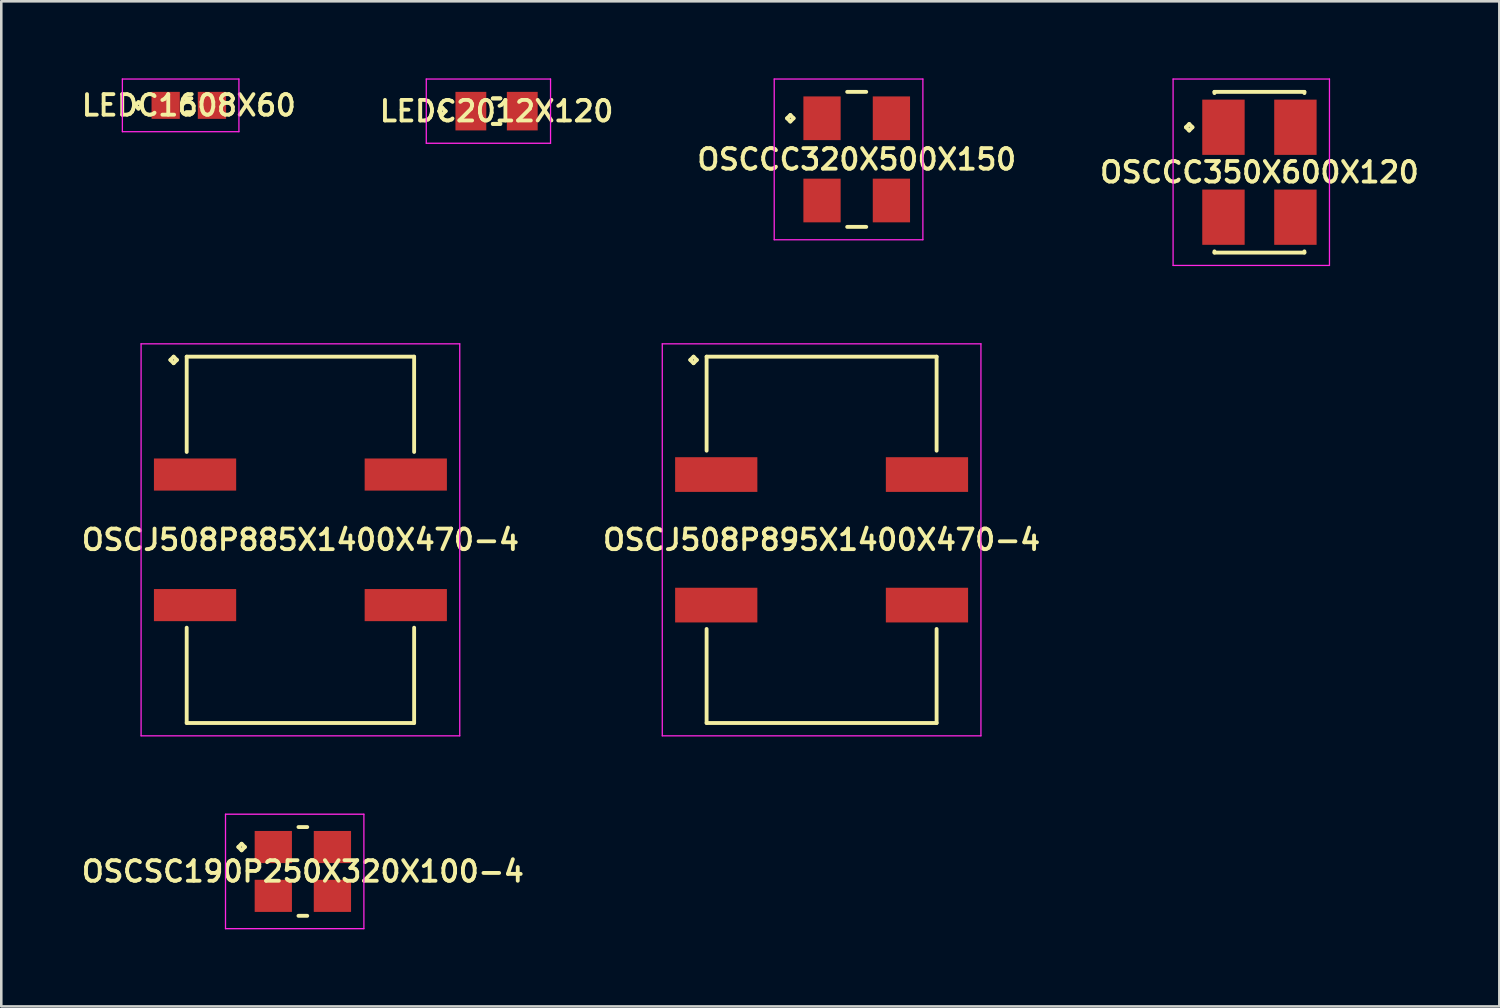
<source format=kicad_pcb>
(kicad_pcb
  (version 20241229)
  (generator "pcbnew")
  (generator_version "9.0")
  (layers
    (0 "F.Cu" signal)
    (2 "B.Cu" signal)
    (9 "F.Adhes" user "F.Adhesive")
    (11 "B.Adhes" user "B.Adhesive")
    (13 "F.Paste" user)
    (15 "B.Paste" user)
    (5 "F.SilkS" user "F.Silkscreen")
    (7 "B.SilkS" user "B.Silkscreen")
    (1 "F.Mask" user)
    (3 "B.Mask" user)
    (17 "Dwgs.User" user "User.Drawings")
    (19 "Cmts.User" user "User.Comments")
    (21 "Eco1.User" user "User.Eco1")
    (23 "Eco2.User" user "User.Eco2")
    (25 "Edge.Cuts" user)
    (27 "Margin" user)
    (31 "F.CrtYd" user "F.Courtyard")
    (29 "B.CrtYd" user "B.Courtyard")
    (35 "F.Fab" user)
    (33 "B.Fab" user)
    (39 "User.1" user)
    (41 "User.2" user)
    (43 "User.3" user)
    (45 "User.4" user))
  (footprint "OSCCC350X600X120"
    (layer "F.Cu")
    (at 45.958 3.652)
    (property "Reference" "OSCCC350X600X120" (at 0 0 0) (layer "F.SilkS") (effects (font (size 0.8 0.8) (thickness 0.15))))
    (attr smd)
    (fp_line (start -2.86 -1.75) (end -2.733 -1.877) (stroke (width 0.15) (type solid)) (layer "F.SilkS"))
    (fp_line (start -2.733 -1.877) (end -2.606 -1.75) (stroke (width 0.15) (type solid)) (layer "F.SilkS"))
    (fp_line (start -2.733 -1.623) (end -2.86 -1.75) (stroke (width 0.15) (type solid)) (layer "F.SilkS"))
    (fp_line (start -2.606 -1.75) (end -2.733 -1.623) (stroke (width 0.15) (type solid)) (layer "F.SilkS"))
    (fp_line (start -1.75 -3.127) (end 1.75 -3.127) (stroke (width 0.15) (type solid)) (layer "F.SilkS"))
    (fp_line (start -1.75 -3.079) (end -1.75 -3.127) (stroke (width 0.15) (type solid)) (layer "F.SilkS"))
    (fp_line (start -1.75 3.079) (end -1.75 3.127) (stroke (width 0.15) (type solid)) (layer "F.SilkS"))
    (fp_line (start -1.75 3.127) (end 1.75 3.127) (stroke (width 0.15) (type solid)) (layer "F.SilkS"))
    (fp_line (start 1.75 -3.127) (end 1.75 -3.079) (stroke (width 0.15) (type solid)) (layer "F.SilkS"))
    (fp_line (start 1.75 3.127) (end 1.75 3.079) (stroke (width 0.15) (type solid)) (layer "F.SilkS"))
    (fp_line (start -3.36 -3.627) (end 2.725 -3.627) (stroke (width 0.05) (type solid)) (layer "F.CrtYd"))
    (fp_line (start -3.36 3.627) (end -3.36 -3.627) (stroke (width 0.05) (type solid)) (layer "F.CrtYd"))
    (fp_line (start 2.725 -3.627) (end 2.725 3.627) (stroke (width 0.05) (type solid)) (layer "F.CrtYd"))
    (fp_line (start 2.725 3.627) (end -3.36 3.627) (stroke (width 0.05) (type solid)) (layer "F.CrtYd"))
    (pad "1" smd rect (at -1.4 -1.75) (size 1.65 2.15) (layers "F.Cu" "F.Mask" "F.Paste"))
    (pad "2" smd rect (at -1.4 1.75) (size 1.65 2.15) (layers "F.Cu" "F.Mask" "F.Paste"))
    (pad "3" smd rect (at 1.4 1.75) (size 1.65 2.15) (layers "F.Cu" "F.Mask" "F.Paste"))
    (pad "4" smd rect (at 1.4 -1.75) (size 1.65 2.15) (layers "F.Cu" "F.Mask" "F.Paste")))
  (footprint "OSCCC320X500X150"
    (layer "F.Cu")
    (at 30.287 3.152)
    (property "Reference" "OSCCC320X500X150" (at 0 0 0) (layer "F.SilkS") (effects (font (size 0.8 0.8) (thickness 0.15))))
    (attr smd)
    (fp_line (start -2.71 -1.6) (end -2.583 -1.727) (stroke (width 0.15) (type solid)) (layer "F.SilkS"))
    (fp_line (start -2.583 -1.727) (end -2.456 -1.6) (stroke (width 0.15) (type solid)) (layer "F.SilkS"))
    (fp_line (start -2.583 -1.473) (end -2.71 -1.6) (stroke (width 0.15) (type solid)) (layer "F.SilkS"))
    (fp_line (start -2.456 -1.6) (end -2.583 -1.473) (stroke (width 0.15) (type solid)) (layer "F.SilkS"))
    (fp_line (start -0.371 -2.627) (end 0.371 -2.627) (stroke (width 0.15) (type solid)) (layer "F.SilkS"))
    (fp_line (start -0.371 2.627) (end 0.371 2.627) (stroke (width 0.15) (type solid)) (layer "F.SilkS"))
    (fp_line (start -3.21 -3.127) (end 2.575 -3.127) (stroke (width 0.05) (type solid)) (layer "F.CrtYd"))
    (fp_line (start -3.21 3.127) (end -3.21 -3.127) (stroke (width 0.05) (type solid)) (layer "F.CrtYd"))
    (fp_line (start 2.575 -3.127) (end 2.575 3.127) (stroke (width 0.05) (type solid)) (layer "F.CrtYd"))
    (fp_line (start 2.575 3.127) (end -3.21 3.127) (stroke (width 0.05) (type solid)) (layer "F.CrtYd"))
    (pad "1" smd rect (at -1.35 -1.6) (size 1.45 1.7) (layers "F.Cu" "F.Mask" "F.Paste"))
    (pad "2" smd rect (at -1.35 1.6) (size 1.45 1.7) (layers "F.Cu" "F.Mask" "F.Paste"))
    (pad "3" smd rect (at 1.35 1.6) (size 1.45 1.7) (layers "F.Cu" "F.Mask" "F.Paste"))
    (pad "4" smd rect (at 1.35 -1.6) (size 1.45 1.7) (layers "F.Cu" "F.Mask" "F.Paste")))
  (footprint "LEDC1608X60"
    (layer "F.Cu")
    (at 4.297 1.05)
    (property "Reference" "LEDC1608X60" (at 0 0 0) (layer "F.SilkS") (effects (font (size 0.8 0.8) (thickness 0.15))))
    (attr smd)
    (fp_line (start -2.085 0) (end -1.958 -0.127) (stroke (width 0.15) (type solid)) (layer "F.SilkS"))
    (fp_line (start -1.958 -0.127) (end -1.831 0) (stroke (width 0.15) (type solid)) (layer "F.SilkS"))
    (fp_line (start -1.958 0.127) (end -2.085 0) (stroke (width 0.15) (type solid)) (layer "F.SilkS"))
    (fp_line (start -1.831 0) (end -1.958 0.127) (stroke (width 0.15) (type solid)) (layer "F.SilkS"))
    (fp_line (start -0.096 -0.271) (end 0.096 -0.271) (stroke (width 0.15) (type solid)) (layer "F.SilkS"))
    (fp_line (start -0.096 0.271) (end 0.096 0.271) (stroke (width 0.15) (type solid)) (layer "F.SilkS"))
    (fp_line (start 0.096 -0.271) (end -0.096 -0.271) (stroke (width 0.15) (type solid)) (layer "F.SilkS"))
    (fp_line (start 0.096 0.271) (end -0.096 0.271) (stroke (width 0.15) (type solid)) (layer "F.SilkS"))
    (fp_line (start -2.585 -1.025) (end 1.95 -1.025) (stroke (width 0.05) (type solid)) (layer "F.CrtYd"))
    (fp_line (start -2.585 1.025) (end -2.585 -1.025) (stroke (width 0.05) (type solid)) (layer "F.CrtYd"))
    (fp_line (start 1.95 -1.025) (end 1.95 1.025) (stroke (width 0.05) (type solid)) (layer "F.CrtYd"))
    (fp_line (start 1.95 1.025) (end -2.585 1.025) (stroke (width 0.05) (type solid)) (layer "F.CrtYd"))
    (pad "1" smd rect (at -0.9 0) (size 1.1 1.05) (layers "F.Cu" "F.Mask" "F.Paste"))
    (pad "2" smd rect (at 0.9 0) (size 1.1 1.05) (layers "F.Cu" "F.Mask" "F.Paste")))
  (footprint "OSCSC190P250X320X100-4"
    (layer "F.Cu")
    (at 8.735 30.86)
    (property "Reference" "OSCSC190P250X320X100-4" (at 0 0 0) (layer "F.SilkS") (effects (font (size 0.8 0.8) (thickness 0.15))))
    (attr smd)
    (fp_line (start -2.51 -0.95) (end -2.383 -1.077) (stroke (width 0.15) (type solid)) (layer "F.SilkS"))
    (fp_line (start -2.383 -1.077) (end -2.256 -0.95) (stroke (width 0.15) (type solid)) (layer "F.SilkS"))
    (fp_line (start -2.383 -0.823) (end -2.51 -0.95) (stroke (width 0.15) (type solid)) (layer "F.SilkS"))
    (fp_line (start -2.256 -0.95) (end -2.383 -0.823) (stroke (width 0.15) (type solid)) (layer "F.SilkS"))
    (fp_line (start -0.171 -1.727) (end 0.171 -1.727) (stroke (width 0.15) (type solid)) (layer "F.SilkS"))
    (fp_line (start -0.171 1.727) (end 0.171 1.727) (stroke (width 0.15) (type solid)) (layer "F.SilkS"))
    (fp_line (start -3.01 -2.227) (end 2.375 -2.227) (stroke (width 0.05) (type solid)) (layer "F.CrtYd"))
    (fp_line (start -3.01 2.227) (end -3.01 -2.227) (stroke (width 0.05) (type solid)) (layer "F.CrtYd"))
    (fp_line (start 2.375 -2.227) (end 2.375 2.227) (stroke (width 0.05) (type solid)) (layer "F.CrtYd"))
    (fp_line (start 2.375 2.227) (end -3.01 2.227) (stroke (width 0.05) (type solid)) (layer "F.CrtYd"))
    (pad "1" smd rect (at -1.15 -0.95) (size 1.45 1.25) (layers "F.Cu" "F.Mask" "F.Paste"))
    (pad "2" smd rect (at -1.15 0.95) (size 1.45 1.25) (layers "F.Cu" "F.Mask" "F.Paste"))
    (pad "3" smd rect (at 1.15 0.95) (size 1.45 1.25) (layers "F.Cu" "F.Mask" "F.Paste"))
    (pad "4" smd rect (at 1.15 -0.95) (size 1.45 1.25) (layers "F.Cu" "F.Mask" "F.Paste")))
  (footprint "OSCJ508P885X1400X470-4"
    (layer "F.Cu")
    (at 8.64 17.956)
    (property "Reference" "OSCJ508P885X1400X470-4" (at 0 0 0) (layer "F.SilkS") (effects (font (size 0.8 0.8) (thickness 0.15))))
    (attr smd)
    (fp_line (start -5.06 -7) (end -4.933 -7.127) (stroke (width 0.15) (type solid)) (layer "F.SilkS"))
    (fp_line (start -4.933 -7.127) (end -4.806 -7) (stroke (width 0.15) (type solid)) (layer "F.SilkS"))
    (fp_line (start -4.933 -6.873) (end -5.06 -7) (stroke (width 0.15) (type solid)) (layer "F.SilkS"))
    (fp_line (start -4.806 -7) (end -4.933 -6.873) (stroke (width 0.15) (type solid)) (layer "F.SilkS"))
    (fp_line (start -4.425 -7.127) (end 4.425 -7.127) (stroke (width 0.15) (type solid)) (layer "F.SilkS"))
    (fp_line (start -4.425 -3.419) (end -4.425 -7.127) (stroke (width 0.15) (type solid)) (layer "F.SilkS"))
    (fp_line (start -4.425 3.419) (end -4.425 7.127) (stroke (width 0.15) (type solid)) (layer "F.SilkS"))
    (fp_line (start -4.425 7.127) (end 4.425 7.127) (stroke (width 0.15) (type solid)) (layer "F.SilkS"))
    (fp_line (start 4.425 -7.127) (end 4.425 -3.419) (stroke (width 0.15) (type solid)) (layer "F.SilkS"))
    (fp_line (start 4.425 7.127) (end 4.425 3.419) (stroke (width 0.15) (type solid)) (layer "F.SilkS"))
    (fp_line (start -6.2 -7.627) (end 6.2 -7.627) (stroke (width 0.05) (type solid)) (layer "F.CrtYd"))
    (fp_line (start -6.2 7.627) (end -6.2 -7.627) (stroke (width 0.05) (type solid)) (layer "F.CrtYd"))
    (fp_line (start 6.2 -7.627) (end 6.2 7.627) (stroke (width 0.05) (type solid)) (layer "F.CrtYd"))
    (fp_line (start 6.2 7.627) (end -6.2 7.627) (stroke (width 0.05) (type solid)) (layer "F.CrtYd"))
    (pad "1" smd rect (at -4.1 -2.54) (size 3.2 1.25) (layers "F.Cu" "F.Mask" "F.Paste"))
    (pad "2" smd rect (at -4.1 2.54) (size 3.2 1.25) (layers "F.Cu" "F.Mask" "F.Paste"))
    (pad "3" smd rect (at 4.1 2.54) (size 3.2 1.25) (layers "F.Cu" "F.Mask" "F.Paste"))
    (pad "4" smd rect (at 4.1 -2.54) (size 3.2 1.25) (layers "F.Cu" "F.Mask" "F.Paste")))
  (footprint "OSCJ508P895X1400X470-4"
    (layer "F.Cu")
    (at 28.921 17.956)
    (property "Reference" "OSCJ508P895X1400X470-4" (at 0 0 0) (layer "F.SilkS") (effects (font (size 0.8 0.8) (thickness 0.15))))
    (attr smd)
    (fp_line (start -5.11 -7) (end -4.983 -7.127) (stroke (width 0.15) (type solid)) (layer "F.SilkS"))
    (fp_line (start -4.983 -7.127) (end -4.856 -7) (stroke (width 0.15) (type solid)) (layer "F.SilkS"))
    (fp_line (start -4.983 -6.873) (end -5.11 -7) (stroke (width 0.15) (type solid)) (layer "F.SilkS"))
    (fp_line (start -4.856 -7) (end -4.983 -6.873) (stroke (width 0.15) (type solid)) (layer "F.SilkS"))
    (fp_line (start -4.475 -7.127) (end 4.475 -7.127) (stroke (width 0.15) (type solid)) (layer "F.SilkS"))
    (fp_line (start -4.475 -3.469) (end -4.475 -7.127) (stroke (width 0.15) (type solid)) (layer "F.SilkS"))
    (fp_line (start -4.475 3.469) (end -4.475 7.127) (stroke (width 0.15) (type solid)) (layer "F.SilkS"))
    (fp_line (start -4.475 7.127) (end 4.475 7.127) (stroke (width 0.15) (type solid)) (layer "F.SilkS"))
    (fp_line (start 4.475 -7.127) (end 4.475 -3.469) (stroke (width 0.15) (type solid)) (layer "F.SilkS"))
    (fp_line (start 4.475 7.127) (end 4.475 3.469) (stroke (width 0.15) (type solid)) (layer "F.SilkS"))
    (fp_line (start -6.2 -7.627) (end 6.2 -7.627) (stroke (width 0.05) (type solid)) (layer "F.CrtYd"))
    (fp_line (start -6.2 7.627) (end -6.2 -7.627) (stroke (width 0.05) (type solid)) (layer "F.CrtYd"))
    (fp_line (start 6.2 -7.627) (end 6.2 7.627) (stroke (width 0.05) (type solid)) (layer "F.CrtYd"))
    (fp_line (start 6.2 7.627) (end -6.2 7.627) (stroke (width 0.05) (type solid)) (layer "F.CrtYd"))
    (pad "1" smd rect (at -4.1 -2.54) (size 3.2 1.35) (layers "F.Cu" "F.Mask" "F.Paste"))
    (pad "2" smd rect (at -4.1 2.54) (size 3.2 1.35) (layers "F.Cu" "F.Mask" "F.Paste"))
    (pad "3" smd rect (at 4.1 2.54) (size 3.2 1.35) (layers "F.Cu" "F.Mask" "F.Paste"))
    (pad "4" smd rect (at 4.1 -2.54) (size 3.2 1.35) (layers "F.Cu" "F.Mask" "F.Paste")))
  (footprint "LEDC2012X120"
    (layer "F.Cu")
    (at 16.273 1.275)
    (property "Reference" "LEDC2012X120" (at 0 0 0) (layer "F.SilkS") (effects (font (size 0.8 0.8) (thickness 0.15))))
    (attr smd)
    (fp_line (start -2.235 0) (end -2.108 -0.127) (stroke (width 0.15) (type solid)) (layer "F.SilkS"))
    (fp_line (start -2.108 -0.127) (end -1.981 0) (stroke (width 0.15) (type solid)) (layer "F.SilkS"))
    (fp_line (start -2.108 0.127) (end -2.235 0) (stroke (width 0.15) (type solid)) (layer "F.SilkS"))
    (fp_line (start -1.981 0) (end -2.108 0.127) (stroke (width 0.15) (type solid)) (layer "F.SilkS"))
    (fp_line (start -0.146 -0.496) (end 0.146 -0.496) (stroke (width 0.15) (type solid)) (layer "F.SilkS"))
    (fp_line (start -0.146 0.496) (end 0.146 0.496) (stroke (width 0.15) (type solid)) (layer "F.SilkS"))
    (fp_line (start 0.146 -0.496) (end -0.146 -0.496) (stroke (width 0.15) (type solid)) (layer "F.SilkS"))
    (fp_line (start 0.146 0.496) (end -0.146 0.496) (stroke (width 0.15) (type solid)) (layer "F.SilkS"))
    (fp_line (start -2.735 -1.25) (end 2.1 -1.25) (stroke (width 0.05) (type solid)) (layer "F.CrtYd"))
    (fp_line (start -2.735 1.25) (end -2.735 -1.25) (stroke (width 0.05) (type solid)) (layer "F.CrtYd"))
    (fp_line (start 2.1 -1.25) (end 2.1 1.25) (stroke (width 0.05) (type solid)) (layer "F.CrtYd"))
    (fp_line (start 2.1 1.25) (end -2.735 1.25) (stroke (width 0.05) (type solid)) (layer "F.CrtYd"))
    (pad "1" smd rect (at -1 0) (size 1.2 1.5) (layers "F.Cu" "F.Mask" "F.Paste"))
    (pad "2" smd rect (at 1 0) (size 1.2 1.5) (layers "F.Cu" "F.Mask" "F.Paste")))
  (gr_rect
    (start -3 -3)
    (end 55.293 36.112)
    (stroke (width 0.1) (type default))
    (fill no)
    (layer "Edge.Cuts")))
</source>
